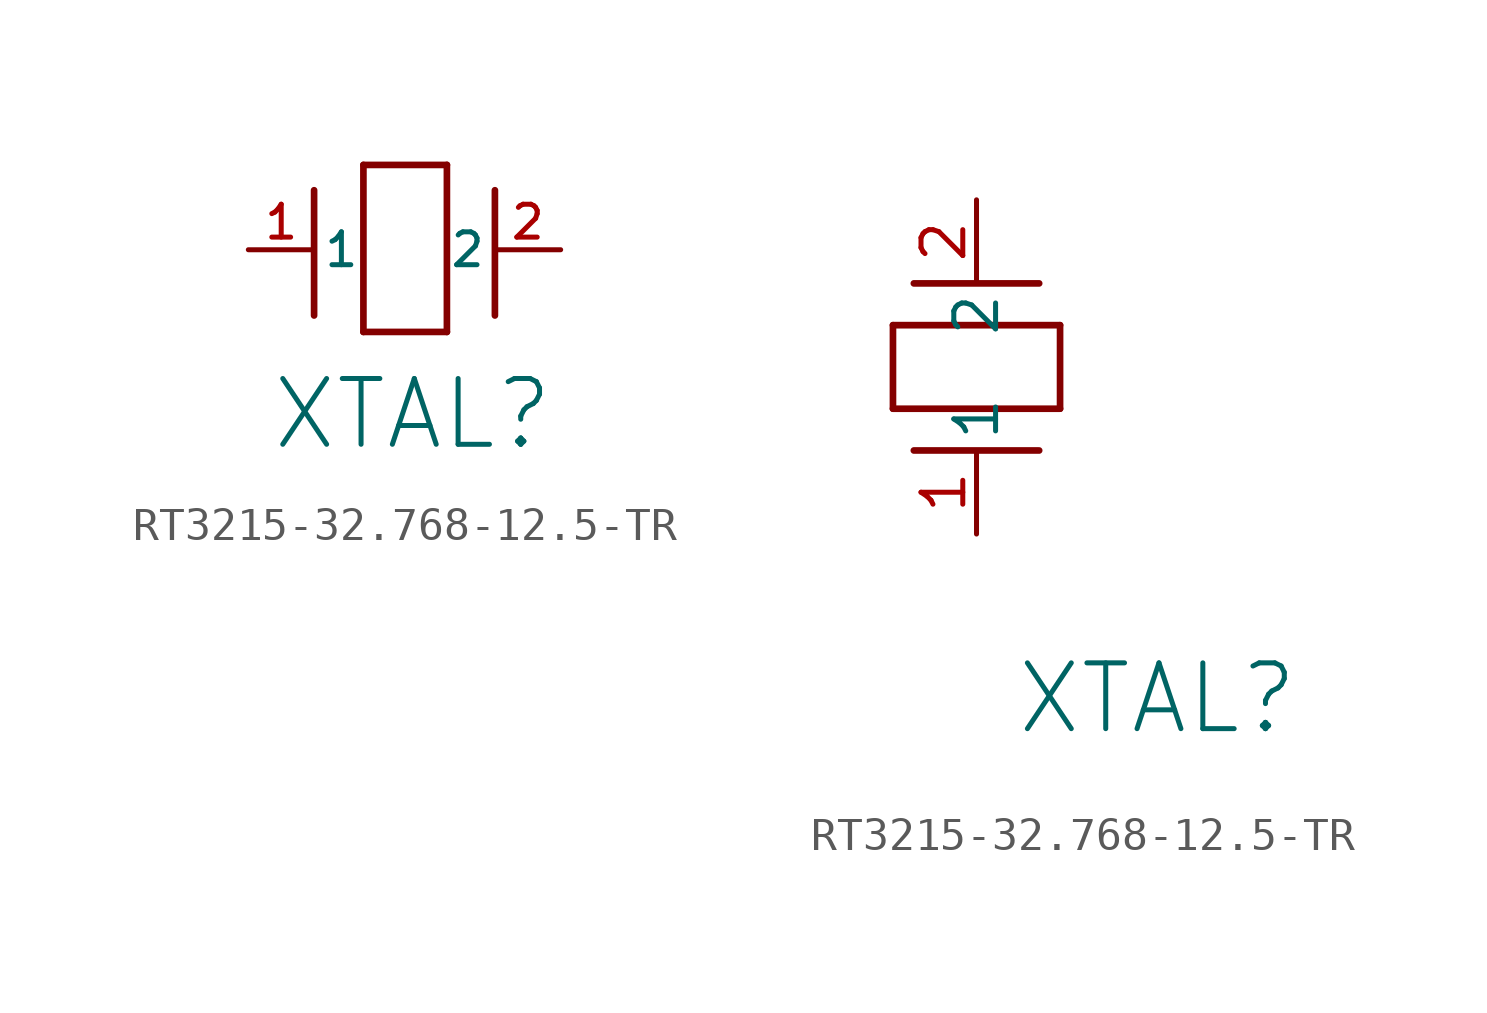
<source format=kicad_sym>
(kicad_symbol_lib
  (version 20220914)
  (generator kicad_symbol_editor)
  (symbol "RT3215-32.768-12.5-TR"
    (pin_names
      (offset 0.254))
    (property "Reference" "XTAL"
      (at 5 -5 0)
      (effects (font (size 2 2))))
    (symbol "RT3215-32.768-12.5-TR_1_1"
      (polyline (pts (xy 2 -2) (xy 2 1.81)) (stroke (width 0.203) (type default)) (fill (type none)))
      (polyline (pts (xy 3.5 -2.5) (xy 3.5 2.58)) (stroke (width 0.203) (type default)) (fill (type none)))
      (polyline (pts (xy 3.5 2.58) (xy 6.04 2.58)) (stroke (width 0.203) (type default)) (fill (type none)))
      (polyline (pts (xy 6.04 -2.5) (xy 3.5 -2.5)) (stroke (width 0.203) (type default)) (fill (type none)))
      (polyline (pts (xy 6.04 2.58) (xy 6.04 -2.5)) (stroke (width 0.203) (type default)) (fill (type none)))
      (polyline (pts (xy 7.5 -2) (xy 7.5 1.81)) (stroke (width 0.203) (type default)) (fill (type none)))
      (pin unspecified line (at 0 0 0) (length 2) (name "1" (effects (font (size 1 1)))) (number "1" (effects (font (size 1 1)))))
      (pin unspecified line (at 9.5 0 180) (length 2) (name "2" (effects (font (size 1 1)))) (number "2" (effects (font (size 1 1))))))
    (symbol "RT3215-32.768-12.5-TR_1_2"
      (polyline (pts (xy -3.04 3.81) (xy -3.04 6.35)) (stroke (width 0.203) (type default)) (fill (type none)))
      (polyline (pts (xy -3.04 6.35) (xy 2.04 6.35)) (stroke (width 0.203) (type default)) (fill (type none)))
      (polyline (pts (xy 1.405 2.54) (xy -2.405 2.54)) (stroke (width 0.203) (type default)) (fill (type none)))
      (polyline (pts (xy 1.405 7.62) (xy -2.405 7.62)) (stroke (width 0.203) (type default)) (fill (type none)))
      (polyline (pts (xy 2.04 3.81) (xy -3.04 3.81)) (stroke (width 0.203) (type default)) (fill (type none)))
      (polyline (pts (xy 2.04 6.35) (xy 2.04 3.81)) (stroke (width 0.203) (type default)) (fill (type none)))
      (pin unspecified line (at -0.5 0 90) (length 2.54) (name "1" (effects (font (size 1.27 1.27)))) (number "1" (effects (font (size 1.27 1.27)))))
      (pin unspecified line (at -0.5 10.16 270) (length 2.54) (name "2" (effects (font (size 1.27 1.27)))) (number "2" (effects (font (size 1.27 1.27))))))))
</source>
